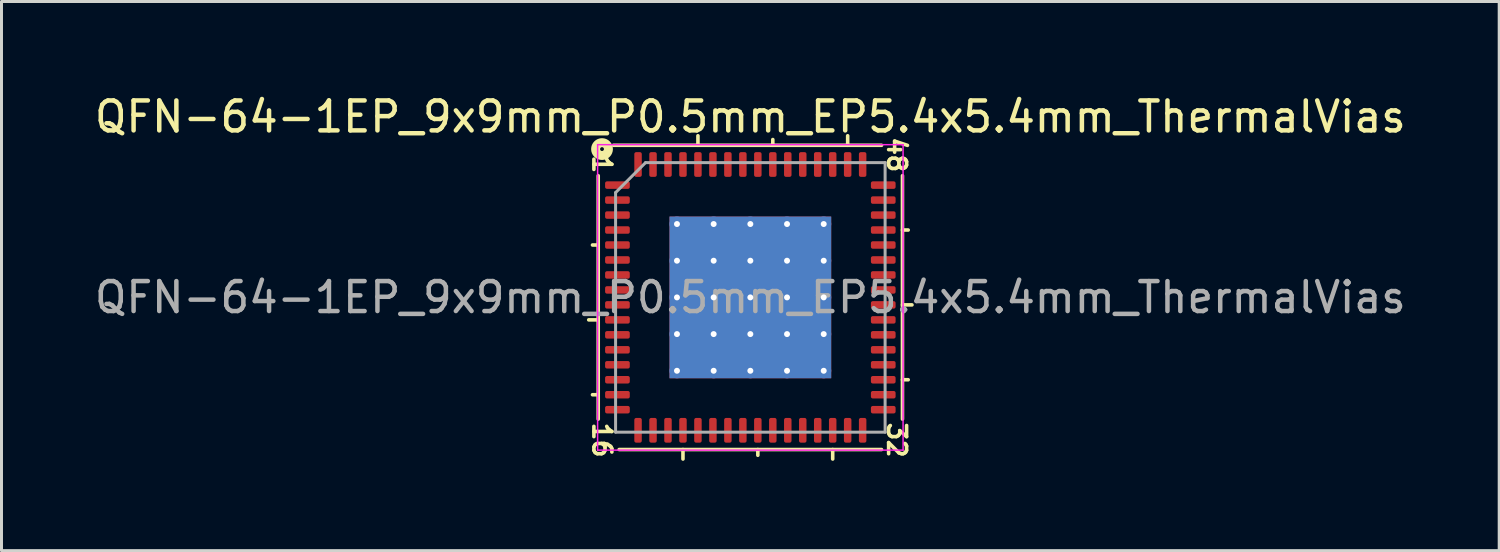
<source format=kicad_pcb>
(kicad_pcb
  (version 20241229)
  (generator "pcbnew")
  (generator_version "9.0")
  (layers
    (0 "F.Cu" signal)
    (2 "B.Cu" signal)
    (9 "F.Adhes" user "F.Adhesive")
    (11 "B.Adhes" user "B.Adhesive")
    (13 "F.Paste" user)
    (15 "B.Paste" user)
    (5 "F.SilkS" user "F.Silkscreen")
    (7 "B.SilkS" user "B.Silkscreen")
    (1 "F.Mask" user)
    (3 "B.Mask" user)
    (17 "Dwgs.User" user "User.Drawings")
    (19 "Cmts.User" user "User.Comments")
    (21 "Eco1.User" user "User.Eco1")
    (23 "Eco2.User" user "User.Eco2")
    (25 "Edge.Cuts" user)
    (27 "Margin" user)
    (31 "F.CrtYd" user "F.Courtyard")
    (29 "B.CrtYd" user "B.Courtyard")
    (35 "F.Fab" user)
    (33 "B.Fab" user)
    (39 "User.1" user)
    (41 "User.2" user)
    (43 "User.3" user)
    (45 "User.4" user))
  (footprint "QFN-64-1EP_9x9mm_P0.5mm_EP5.4x5.4mm_ThermalVias"
    (layer "F.Cu")
    (at 22.006 6.881)
    (property "Reference" "QFN-64-1EP_9x9mm_P0.5mm_EP5.4x5.4mm_ThermalVias" (at 0 -6.032 0) (layer "F.SilkS") (effects (font (size 1 1) (thickness 0.15))))
    (attr smd)
    (fp_line (start -5.08 -4.064) (end -5.08 4.064) (stroke (width 0.12) (type solid)) (layer "F.SilkS"))
    (fp_line (start -5.08 -1.75) (end -5.271 -1.75) (stroke (width 0.12) (type solid)) (layer "F.SilkS"))
    (fp_line (start -5.08 0.75) (end -5.397 0.75) (stroke (width 0.12) (type solid)) (layer "F.SilkS"))
    (fp_line (start -5.08 3.25) (end -5.271 3.25) (stroke (width 0.12) (type solid)) (layer "F.SilkS"))
    (fp_line (start -4.381 5.08) (end 4.381 5.08) (stroke (width 0.12) (type solid)) (layer "F.SilkS"))
    (fp_line (start -2.25 5.08) (end -2.25 5.397) (stroke (width 0.12) (type solid)) (layer "F.SilkS"))
    (fp_line (start -1.75 -5.08) (end -1.75 -5.397) (stroke (width 0.12) (type solid)) (layer "F.SilkS"))
    (fp_line (start 0.25 5.08) (end 0.25 5.271) (stroke (width 0.12) (type solid)) (layer "F.SilkS"))
    (fp_line (start 0.75 -5.08) (end 0.75 -5.271) (stroke (width 0.12) (type solid)) (layer "F.SilkS"))
    (fp_line (start 2.75 5.08) (end 2.75 5.397) (stroke (width 0.12) (type solid)) (layer "F.SilkS"))
    (fp_line (start 3.25 -5.08) (end 3.25 -5.397) (stroke (width 0.12) (type solid)) (layer "F.SilkS"))
    (fp_line (start 4.381 -5.08) (end -4.572 -5.08) (stroke (width 0.12) (type solid)) (layer "F.SilkS"))
    (fp_line (start 5.08 -2.25) (end 5.271 -2.25) (stroke (width 0.12) (type solid)) (layer "F.SilkS"))
    (fp_line (start 5.08 0.25) (end 5.397 0.25) (stroke (width 0.12) (type solid)) (layer "F.SilkS"))
    (fp_line (start 5.08 2.75) (end 5.271 2.75) (stroke (width 0.12) (type solid)) (layer "F.SilkS"))
    (fp_line (start 5.08 4.064) (end 5.08 -4.064) (stroke (width 0.12) (type solid)) (layer "F.SilkS"))
    (fp_circle (center -4.953 -4.953) (end -4.889 -4.953) (stroke (width 0.3) (type solid)) (fill no) (layer "F.SilkS"))
    (fp_line (start -5.1 -5.1) (end -5.1 5.1) (stroke (width 0.05) (type solid)) (layer "F.CrtYd"))
    (fp_line (start -5.1 5.1) (end 5.1 5.1) (stroke (width 0.05) (type solid)) (layer "F.CrtYd"))
    (fp_line (start 5.1 -5.1) (end -5.1 -5.1) (stroke (width 0.05) (type solid)) (layer "F.CrtYd"))
    (fp_line (start 5.1 5.1) (end 5.1 -5.1) (stroke (width 0.05) (type solid)) (layer "F.CrtYd"))
    (fp_line (start -4.5 -3.5) (end -3.5 -4.5) (stroke (width 0.1) (type solid)) (layer "F.Fab"))
    (fp_line (start -4.5 4.5) (end -4.5 -3.5) (stroke (width 0.1) (type solid)) (layer "F.Fab"))
    (fp_line (start -3.5 -4.5) (end 4.5 -4.5) (stroke (width 0.1) (type solid)) (layer "F.Fab"))
    (fp_line (start 4.5 -4.5) (end 4.5 4.5) (stroke (width 0.1) (type solid)) (layer "F.Fab"))
    (fp_line (start 4.5 4.5) (end -4.5 4.5) (stroke (width 0.1) (type solid)) (layer "F.Fab"))
    (fp_text user "16" (at -4.953 4.763 270) (unlocked yes) (layer "F.SilkS") (effects (font (size 0.6 0.6) (thickness 0.12))))
    (fp_text user "48" (at 4.889 -4.763 270) (unlocked yes) (layer "F.SilkS") (effects (font (size 0.6 0.6) (thickness 0.12))))
    (fp_text user "32" (at 4.889 4.763 270) (unlocked yes) (layer "F.SilkS") (effects (font (size 0.6 0.6) (thickness 0.12))))
    (fp_text user "1" (at -4.953 -4.445 270) (unlocked yes) (layer "F.SilkS") (effects (font (size 0.6 0.6) (thickness 0.12))))
    (fp_text user "${REFERENCE}" (at 0 0 0) (layer "F.Fab") (effects (font (size 1 1) (thickness 0.15))))
    (pad "" smd roundrect (at -1.837 -1.837) (size 1.088 1.088) (layers "F.Paste") (roundrect_rratio 0.23))
    (pad "" smd roundrect (at -1.837 -0.613) (size 1.088 1.088) (layers "F.Paste") (roundrect_rratio 0.23))
    (pad "" smd roundrect (at -1.837 0.613) (size 1.088 1.088) (layers "F.Paste") (roundrect_rratio 0.23))
    (pad "" smd roundrect (at -1.837 1.837) (size 1.088 1.088) (layers "F.Paste") (roundrect_rratio 0.23))
    (pad "" smd roundrect (at -0.613 -1.837) (size 1.088 1.088) (layers "F.Paste") (roundrect_rratio 0.23))
    (pad "" smd roundrect (at -0.613 -0.613) (size 1.088 1.088) (layers "F.Paste") (roundrect_rratio 0.23))
    (pad "" smd roundrect (at -0.613 0.613) (size 1.088 1.088) (layers "F.Paste") (roundrect_rratio 0.23))
    (pad "" smd roundrect (at -0.613 1.837) (size 1.088 1.088) (layers "F.Paste") (roundrect_rratio 0.23))
    (pad "" smd roundrect (at 0.613 -1.837) (size 1.088 1.088) (layers "F.Paste") (roundrect_rratio 0.23))
    (pad "" smd roundrect (at 0.613 -0.613) (size 1.088 1.088) (layers "F.Paste") (roundrect_rratio 0.23))
    (pad "" smd roundrect (at 0.613 0.613) (size 1.088 1.088) (layers "F.Paste") (roundrect_rratio 0.23))
    (pad "" smd roundrect (at 0.613 1.837) (size 1.088 1.088) (layers "F.Paste") (roundrect_rratio 0.23))
    (pad "" smd roundrect (at 1.837 -1.837) (size 1.088 1.088) (layers "F.Paste") (roundrect_rratio 0.23))
    (pad "" smd roundrect (at 1.837 -0.613) (size 1.088 1.088) (layers "F.Paste") (roundrect_rratio 0.23))
    (pad "" smd roundrect (at 1.837 0.613) (size 1.088 1.088) (layers "F.Paste") (roundrect_rratio 0.23))
    (pad "" smd roundrect (at 1.837 1.837) (size 1.088 1.088) (layers "F.Paste") (roundrect_rratio 0.23))
    (pad "1" smd roundrect (at -4.438 -3.75) (size 0.825 0.25) (layers "F.Cu" "F.Mask" "F.Paste") (roundrect_rratio 0.25))
    (pad "2" smd roundrect (at -4.438 -3.25) (size 0.825 0.25) (layers "F.Cu" "F.Mask" "F.Paste") (roundrect_rratio 0.25))
    (pad "3" smd roundrect (at -4.438 -2.75) (size 0.825 0.25) (layers "F.Cu" "F.Mask" "F.Paste") (roundrect_rratio 0.25))
    (pad "4" smd roundrect (at -4.438 -2.25) (size 0.825 0.25) (layers "F.Cu" "F.Mask" "F.Paste") (roundrect_rratio 0.25))
    (pad "5" smd roundrect (at -4.438 -1.75) (size 0.825 0.25) (layers "F.Cu" "F.Mask" "F.Paste") (roundrect_rratio 0.25))
    (pad "6" smd roundrect (at -4.438 -1.25) (size 0.825 0.25) (layers "F.Cu" "F.Mask" "F.Paste") (roundrect_rratio 0.25))
    (pad "7" smd roundrect (at -4.438 -0.75) (size 0.825 0.25) (layers "F.Cu" "F.Mask" "F.Paste") (roundrect_rratio 0.25))
    (pad "8" smd roundrect (at -4.438 -0.25) (size 0.825 0.25) (layers "F.Cu" "F.Mask" "F.Paste") (roundrect_rratio 0.25))
    (pad "9" smd roundrect (at -4.438 0.25) (size 0.825 0.25) (layers "F.Cu" "F.Mask" "F.Paste") (roundrect_rratio 0.25))
    (pad "10" smd roundrect (at -4.438 0.75) (size 0.825 0.25) (layers "F.Cu" "F.Mask" "F.Paste") (roundrect_rratio 0.25))
    (pad "11" smd roundrect (at -4.438 1.25) (size 0.825 0.25) (layers "F.Cu" "F.Mask" "F.Paste") (roundrect_rratio 0.25))
    (pad "12" smd roundrect (at -4.438 1.75) (size 0.825 0.25) (layers "F.Cu" "F.Mask" "F.Paste") (roundrect_rratio 0.25))
    (pad "13" smd roundrect (at -4.438 2.25) (size 0.825 0.25) (layers "F.Cu" "F.Mask" "F.Paste") (roundrect_rratio 0.25))
    (pad "14" smd roundrect (at -4.438 2.75) (size 0.825 0.25) (layers "F.Cu" "F.Mask" "F.Paste") (roundrect_rratio 0.25))
    (pad "15" smd roundrect (at -4.438 3.25) (size 0.825 0.25) (layers "F.Cu" "F.Mask" "F.Paste") (roundrect_rratio 0.25))
    (pad "16" smd roundrect (at -4.438 3.75) (size 0.825 0.25) (layers "F.Cu" "F.Mask" "F.Paste") (roundrect_rratio 0.25))
    (pad "17" smd roundrect (at -3.75 4.438) (size 0.25 0.825) (layers "F.Cu" "F.Mask" "F.Paste") (roundrect_rratio 0.25))
    (pad "18" smd roundrect (at -3.25 4.438) (size 0.25 0.825) (layers "F.Cu" "F.Mask" "F.Paste") (roundrect_rratio 0.25))
    (pad "19" smd roundrect (at -2.75 4.438) (size 0.25 0.825) (layers "F.Cu" "F.Mask" "F.Paste") (roundrect_rratio 0.25))
    (pad "20" smd roundrect (at -2.25 4.438) (size 0.25 0.825) (layers "F.Cu" "F.Mask" "F.Paste") (roundrect_rratio 0.25))
    (pad "21" smd roundrect (at -1.75 4.438) (size 0.25 0.825) (layers "F.Cu" "F.Mask" "F.Paste") (roundrect_rratio 0.25))
    (pad "22" smd roundrect (at -1.25 4.438) (size 0.25 0.825) (layers "F.Cu" "F.Mask" "F.Paste") (roundrect_rratio 0.25))
    (pad "23" smd roundrect (at -0.75 4.438) (size 0.25 0.825) (layers "F.Cu" "F.Mask" "F.Paste") (roundrect_rratio 0.25))
    (pad "24" smd roundrect (at -0.25 4.438) (size 0.25 0.825) (layers "F.Cu" "F.Mask" "F.Paste") (roundrect_rratio 0.25))
    (pad "25" smd roundrect (at 0.25 4.438) (size 0.25 0.825) (layers "F.Cu" "F.Mask" "F.Paste") (roundrect_rratio 0.25))
    (pad "26" smd roundrect (at 0.75 4.438) (size 0.25 0.825) (layers "F.Cu" "F.Mask" "F.Paste") (roundrect_rratio 0.25))
    (pad "27" smd roundrect (at 1.25 4.438) (size 0.25 0.825) (layers "F.Cu" "F.Mask" "F.Paste") (roundrect_rratio 0.25))
    (pad "28" smd roundrect (at 1.75 4.438) (size 0.25 0.825) (layers "F.Cu" "F.Mask" "F.Paste") (roundrect_rratio 0.25))
    (pad "29" smd roundrect (at 2.25 4.438) (size 0.25 0.825) (layers "F.Cu" "F.Mask" "F.Paste") (roundrect_rratio 0.25))
    (pad "30" smd roundrect (at 2.75 4.438) (size 0.25 0.825) (layers "F.Cu" "F.Mask" "F.Paste") (roundrect_rratio 0.25))
    (pad "31" smd roundrect (at 3.25 4.438) (size 0.25 0.825) (layers "F.Cu" "F.Mask" "F.Paste") (roundrect_rratio 0.25))
    (pad "32" smd roundrect (at 3.75 4.438) (size 0.25 0.825) (layers "F.Cu" "F.Mask" "F.Paste") (roundrect_rratio 0.25))
    (pad "33" smd roundrect (at 4.438 3.75) (size 0.825 0.25) (layers "F.Cu" "F.Mask" "F.Paste") (roundrect_rratio 0.25))
    (pad "34" smd roundrect (at 4.438 3.25) (size 0.825 0.25) (layers "F.Cu" "F.Mask" "F.Paste") (roundrect_rratio 0.25))
    (pad "35" smd roundrect (at 4.438 2.75) (size 0.825 0.25) (layers "F.Cu" "F.Mask" "F.Paste") (roundrect_rratio 0.25))
    (pad "36" smd roundrect (at 4.438 2.25) (size 0.825 0.25) (layers "F.Cu" "F.Mask" "F.Paste") (roundrect_rratio 0.25))
    (pad "37" smd roundrect (at 4.438 1.75) (size 0.825 0.25) (layers "F.Cu" "F.Mask" "F.Paste") (roundrect_rratio 0.25))
    (pad "38" smd roundrect (at 4.438 1.25) (size 0.825 0.25) (layers "F.Cu" "F.Mask" "F.Paste") (roundrect_rratio 0.25))
    (pad "39" smd roundrect (at 4.438 0.75) (size 0.825 0.25) (layers "F.Cu" "F.Mask" "F.Paste") (roundrect_rratio 0.25))
    (pad "40" smd roundrect (at 4.438 0.25) (size 0.825 0.25) (layers "F.Cu" "F.Mask" "F.Paste") (roundrect_rratio 0.25))
    (pad "41" smd roundrect (at 4.438 -0.25) (size 0.825 0.25) (layers "F.Cu" "F.Mask" "F.Paste") (roundrect_rratio 0.25))
    (pad "42" smd roundrect (at 4.438 -0.75) (size 0.825 0.25) (layers "F.Cu" "F.Mask" "F.Paste") (roundrect_rratio 0.25))
    (pad "43" smd roundrect (at 4.438 -1.25) (size 0.825 0.25) (layers "F.Cu" "F.Mask" "F.Paste") (roundrect_rratio 0.25))
    (pad "44" smd roundrect (at 4.438 -1.75) (size 0.825 0.25) (layers "F.Cu" "F.Mask" "F.Paste") (roundrect_rratio 0.25))
    (pad "45" smd roundrect (at 4.438 -2.25) (size 0.825 0.25) (layers "F.Cu" "F.Mask" "F.Paste") (roundrect_rratio 0.25))
    (pad "46" smd roundrect (at 4.438 -2.75) (size 0.825 0.25) (layers "F.Cu" "F.Mask" "F.Paste") (roundrect_rratio 0.25))
    (pad "47" smd roundrect (at 4.438 -3.25) (size 0.825 0.25) (layers "F.Cu" "F.Mask" "F.Paste") (roundrect_rratio 0.25))
    (pad "48" smd roundrect (at 4.438 -3.75) (size 0.825 0.25) (layers "F.Cu" "F.Mask" "F.Paste") (roundrect_rratio 0.25))
    (pad "49" smd roundrect (at 3.75 -4.438) (size 0.25 0.825) (layers "F.Cu" "F.Mask" "F.Paste") (roundrect_rratio 0.25))
    (pad "50" smd roundrect (at 3.25 -4.438) (size 0.25 0.825) (layers "F.Cu" "F.Mask" "F.Paste") (roundrect_rratio 0.25))
    (pad "51" smd roundrect (at 2.75 -4.438) (size 0.25 0.825) (layers "F.Cu" "F.Mask" "F.Paste") (roundrect_rratio 0.25))
    (pad "52" smd roundrect (at 2.25 -4.438) (size 0.25 0.825) (layers "F.Cu" "F.Mask" "F.Paste") (roundrect_rratio 0.25))
    (pad "53" smd roundrect (at 1.75 -4.438) (size 0.25 0.825) (layers "F.Cu" "F.Mask" "F.Paste") (roundrect_rratio 0.25))
    (pad "54" smd roundrect (at 1.25 -4.438) (size 0.25 0.825) (layers "F.Cu" "F.Mask" "F.Paste") (roundrect_rratio 0.25))
    (pad "55" smd roundrect (at 0.75 -4.438) (size 0.25 0.825) (layers "F.Cu" "F.Mask" "F.Paste") (roundrect_rratio 0.25))
    (pad "56" smd roundrect (at 0.25 -4.438) (size 0.25 0.825) (layers "F.Cu" "F.Mask" "F.Paste") (roundrect_rratio 0.25))
    (pad "57" smd roundrect (at -0.25 -4.438) (size 0.25 0.825) (layers "F.Cu" "F.Mask" "F.Paste") (roundrect_rratio 0.25))
    (pad "58" smd roundrect (at -0.75 -4.438) (size 0.25 0.825) (layers "F.Cu" "F.Mask" "F.Paste") (roundrect_rratio 0.25))
    (pad "59" smd roundrect (at -1.25 -4.438) (size 0.25 0.825) (layers "F.Cu" "F.Mask" "F.Paste") (roundrect_rratio 0.25))
    (pad "60" smd roundrect (at -1.75 -4.438) (size 0.25 0.825) (layers "F.Cu" "F.Mask" "F.Paste") (roundrect_rratio 0.25))
    (pad "61" smd roundrect (at -2.25 -4.438) (size 0.25 0.825) (layers "F.Cu" "F.Mask" "F.Paste") (roundrect_rratio 0.25))
    (pad "62" smd roundrect (at -2.75 -4.438) (size 0.25 0.825) (layers "F.Cu" "F.Mask" "F.Paste") (roundrect_rratio 0.25))
    (pad "63" smd roundrect (at -3.25 -4.438) (size 0.25 0.825) (layers "F.Cu" "F.Mask" "F.Paste") (roundrect_rratio 0.25))
    (pad "64" smd roundrect (at -3.75 -4.438) (size 0.25 0.825) (layers "F.Cu" "F.Mask" "F.Paste") (roundrect_rratio 0.25))
    (pad "65" thru_hole circle (at -2.45 -2.45) (size 0.5 0.5) (drill 0.2) (layers "*.Cu"))
    (pad "65" thru_hole circle (at -2.45 -1.225) (size 0.5 0.5) (drill 0.2) (layers "*.Cu"))
    (pad "65" thru_hole circle (at -2.45 0) (size 0.5 0.5) (drill 0.2) (layers "*.Cu"))
    (pad "65" thru_hole circle (at -2.45 1.225) (size 0.5 0.5) (drill 0.2) (layers "*.Cu"))
    (pad "65" thru_hole circle (at -2.45 2.45) (size 0.5 0.5) (drill 0.2) (layers "*.Cu"))
    (pad "65" thru_hole circle (at -1.225 -2.45) (size 0.5 0.5) (drill 0.2) (layers "*.Cu"))
    (pad "65" thru_hole circle (at -1.225 -1.225) (size 0.5 0.5) (drill 0.2) (layers "*.Cu"))
    (pad "65" thru_hole circle (at -1.225 0) (size 0.5 0.5) (drill 0.2) (layers "*.Cu"))
    (pad "65" thru_hole circle (at -1.225 1.225) (size 0.5 0.5) (drill 0.2) (layers "*.Cu"))
    (pad "65" thru_hole circle (at -1.225 2.45) (size 0.5 0.5) (drill 0.2) (layers "*.Cu"))
    (pad "65" thru_hole circle (at 0 -2.45) (size 0.5 0.5) (drill 0.2) (layers "*.Cu"))
    (pad "65" thru_hole circle (at 0 -1.225) (size 0.5 0.5) (drill 0.2) (layers "*.Cu"))
    (pad "65" thru_hole circle (at 0 0) (size 0.5 0.5) (drill 0.2) (layers "*.Cu"))
    (pad "65" smd rect (at 0 0) (size 5.4 5.4) (layers "F.Cu" "F.Mask"))
    (pad "65" smd rect (at 0 0) (size 5.4 5.4) (layers "B.Cu" "B.Mask"))
    (pad "65" thru_hole circle (at 0 1.225) (size 0.5 0.5) (drill 0.2) (layers "*.Cu"))
    (pad "65" thru_hole circle (at 0 2.45) (size 0.5 0.5) (drill 0.2) (layers "*.Cu"))
    (pad "65" thru_hole circle (at 1.225 -2.45) (size 0.5 0.5) (drill 0.2) (layers "*.Cu"))
    (pad "65" thru_hole circle (at 1.225 -1.225) (size 0.5 0.5) (drill 0.2) (layers "*.Cu"))
    (pad "65" thru_hole circle (at 1.225 0) (size 0.5 0.5) (drill 0.2) (layers "*.Cu"))
    (pad "65" thru_hole circle (at 1.225 1.225) (size 0.5 0.5) (drill 0.2) (layers "*.Cu"))
    (pad "65" thru_hole circle (at 1.225 2.45) (size 0.5 0.5) (drill 0.2) (layers "*.Cu"))
    (pad "65" thru_hole circle (at 2.45 -2.45) (size 0.5 0.5) (drill 0.2) (layers "*.Cu"))
    (pad "65" thru_hole circle (at 2.45 -1.225) (size 0.5 0.5) (drill 0.2) (layers "*.Cu"))
    (pad "65" thru_hole circle (at 2.45 0) (size 0.5 0.5) (drill 0.2) (layers "*.Cu"))
    (pad "65" thru_hole circle (at 2.45 1.225) (size 0.5 0.5) (drill 0.2) (layers "*.Cu"))
    (pad "65" thru_hole circle (at 2.45 2.45) (size 0.5 0.5) (drill 0.2) (layers "*.Cu")))
  (gr_rect
    (start -3 -3)
    (end 47.012 15.338)
    (stroke (width 0.1) (type default))
    (fill no)
    (layer "Edge.Cuts")))
</source>
